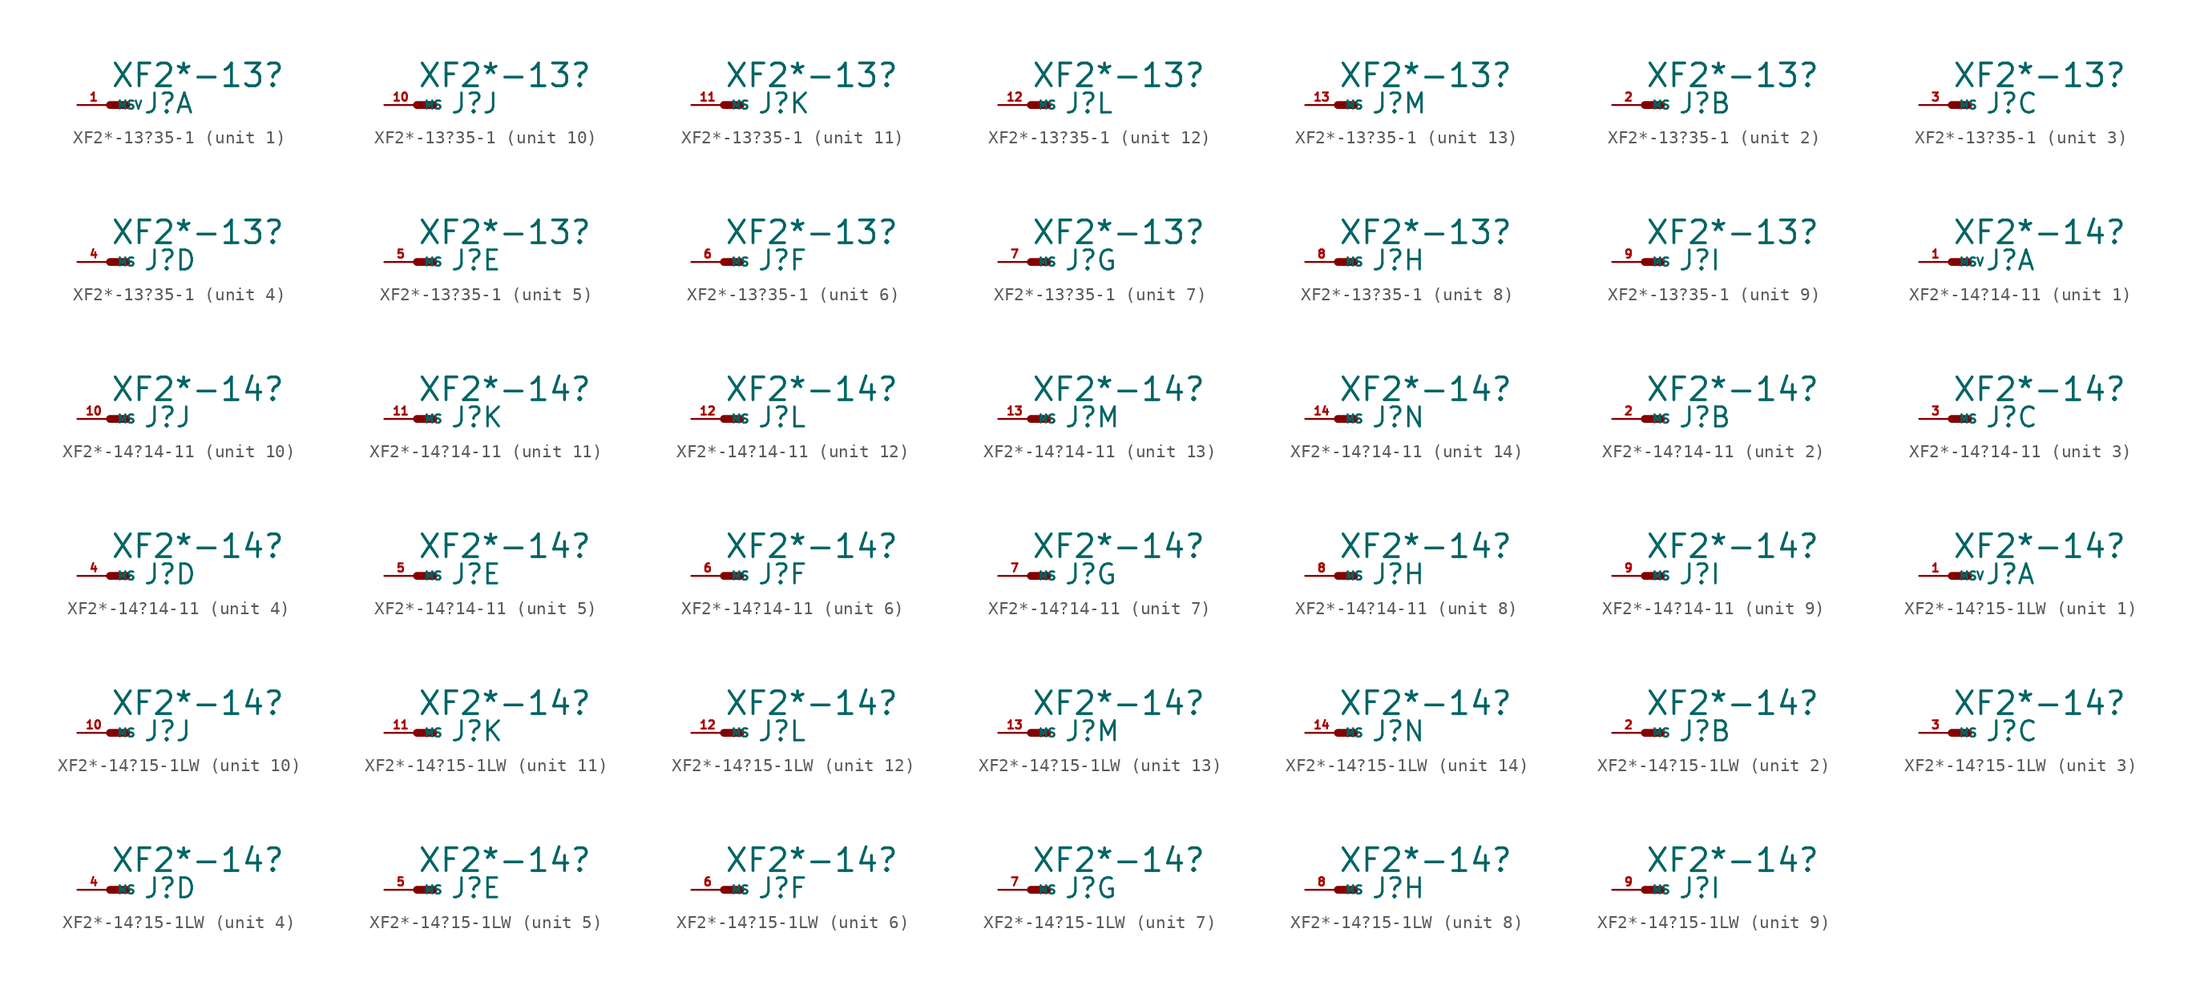
<source format=kicad_sym>
(kicad_symbol_lib
  (version 20220914)
  (generator Eagle2Kicad)
  (symbol "XF2*-13?35-1"
    (property "Reference" "J"
      (at 2.54 -0.762 0)
      (effects (font (size 1.524 1.524) (thickness 0.19)) (justify left bottom)))
    (property "Value" "XF2*-13?"
      (at 0 1.27 0)
      (effects (font (size 1.778 1.778) (thickness 0.22)) (justify left bottom)))
    (symbol "XF2*-13?35-1_1_0"
      (polyline (pts (xy 0 0) (xy 1.27 0)) (stroke (width 0.61) (type default)) (fill (type none)))
      (pin passive line (at -2.54 0 0) (length 2.54) (name "MSV" (effects (font (size 0.635 0.635) (thickness 0.08)) (justify left bottom))) (number "1" (effects (font (size 0.635 0.635) (thickness 0.08)) (justify left bottom)))))
    (symbol "XF2*-13?35-1_2_0"
      (polyline (pts (xy 0 0) (xy 1.27 0)) (stroke (width 0.61) (type default)) (fill (type none)))
      (pin passive line (at -2.54 0 0) (length 2.54) (name "MS" (effects (font (size 0.635 0.635) (thickness 0.08)) (justify left bottom))) (number "2" (effects (font (size 0.635 0.635) (thickness 0.08)) (justify left bottom)))))
    (symbol "XF2*-13?35-1_3_0"
      (polyline (pts (xy 0 0) (xy 1.27 0)) (stroke (width 0.61) (type default)) (fill (type none)))
      (pin passive line (at -2.54 0 0) (length 2.54) (name "MS" (effects (font (size 0.635 0.635) (thickness 0.08)) (justify left bottom))) (number "3" (effects (font (size 0.635 0.635) (thickness 0.08)) (justify left bottom)))))
    (symbol "XF2*-13?35-1_4_0"
      (polyline (pts (xy 0 0) (xy 1.27 0)) (stroke (width 0.61) (type default)) (fill (type none)))
      (pin passive line (at -2.54 0 0) (length 2.54) (name "MS" (effects (font (size 0.635 0.635) (thickness 0.08)) (justify left bottom))) (number "4" (effects (font (size 0.635 0.635) (thickness 0.08)) (justify left bottom)))))
    (symbol "XF2*-13?35-1_5_0"
      (polyline (pts (xy 0 0) (xy 1.27 0)) (stroke (width 0.61) (type default)) (fill (type none)))
      (pin passive line (at -2.54 0 0) (length 2.54) (name "MS" (effects (font (size 0.635 0.635) (thickness 0.08)) (justify left bottom))) (number "5" (effects (font (size 0.635 0.635) (thickness 0.08)) (justify left bottom)))))
    (symbol "XF2*-13?35-1_6_0"
      (polyline (pts (xy 0 0) (xy 1.27 0)) (stroke (width 0.61) (type default)) (fill (type none)))
      (pin passive line (at -2.54 0 0) (length 2.54) (name "MS" (effects (font (size 0.635 0.635) (thickness 0.08)) (justify left bottom))) (number "6" (effects (font (size 0.635 0.635) (thickness 0.08)) (justify left bottom)))))
    (symbol "XF2*-13?35-1_7_0"
      (polyline (pts (xy 0 0) (xy 1.27 0)) (stroke (width 0.61) (type default)) (fill (type none)))
      (pin passive line (at -2.54 0 0) (length 2.54) (name "MS" (effects (font (size 0.635 0.635) (thickness 0.08)) (justify left bottom))) (number "7" (effects (font (size 0.635 0.635) (thickness 0.08)) (justify left bottom)))))
    (symbol "XF2*-13?35-1_8_0"
      (polyline (pts (xy 0 0) (xy 1.27 0)) (stroke (width 0.61) (type default)) (fill (type none)))
      (pin passive line (at -2.54 0 0) (length 2.54) (name "MS" (effects (font (size 0.635 0.635) (thickness 0.08)) (justify left bottom))) (number "8" (effects (font (size 0.635 0.635) (thickness 0.08)) (justify left bottom)))))
    (symbol "XF2*-13?35-1_9_0"
      (polyline (pts (xy 0 0) (xy 1.27 0)) (stroke (width 0.61) (type default)) (fill (type none)))
      (pin passive line (at -2.54 0 0) (length 2.54) (name "MS" (effects (font (size 0.635 0.635) (thickness 0.08)) (justify left bottom))) (number "9" (effects (font (size 0.635 0.635) (thickness 0.08)) (justify left bottom)))))
    (symbol "XF2*-13?35-1_10_0"
      (polyline (pts (xy 0 0) (xy 1.27 0)) (stroke (width 0.61) (type default)) (fill (type none)))
      (pin passive line (at -2.54 0 0) (length 2.54) (name "MS" (effects (font (size 0.635 0.635) (thickness 0.08)) (justify left bottom))) (number "10" (effects (font (size 0.635 0.635) (thickness 0.08)) (justify left bottom)))))
    (symbol "XF2*-13?35-1_11_0"
      (polyline (pts (xy 0 0) (xy 1.27 0)) (stroke (width 0.61) (type default)) (fill (type none)))
      (pin passive line (at -2.54 0 0) (length 2.54) (name "MS" (effects (font (size 0.635 0.635) (thickness 0.08)) (justify left bottom))) (number "11" (effects (font (size 0.635 0.635) (thickness 0.08)) (justify left bottom)))))
    (symbol "XF2*-13?35-1_12_0"
      (polyline (pts (xy 0 0) (xy 1.27 0)) (stroke (width 0.61) (type default)) (fill (type none)))
      (pin passive line (at -2.54 0 0) (length 2.54) (name "MS" (effects (font (size 0.635 0.635) (thickness 0.08)) (justify left bottom))) (number "12" (effects (font (size 0.635 0.635) (thickness 0.08)) (justify left bottom)))))
    (symbol "XF2*-13?35-1_13_0"
      (polyline (pts (xy 0 0) (xy 1.27 0)) (stroke (width 0.61) (type default)) (fill (type none)))
      (pin passive line (at -2.54 0 0) (length 2.54) (name "MS" (effects (font (size 0.635 0.635) (thickness 0.08)) (justify left bottom))) (number "13" (effects (font (size 0.635 0.635) (thickness 0.08)) (justify left bottom))))))
  (symbol "XF2*-14?14-11"
    (property "Reference" "J"
      (at 2.54 -0.762 0)
      (effects (font (size 1.524 1.524) (thickness 0.19)) (justify left bottom)))
    (property "Value" "XF2*-14?"
      (at 0 1.27 0)
      (effects (font (size 1.778 1.778) (thickness 0.22)) (justify left bottom)))
    (symbol "XF2*-14?14-11_1_0"
      (polyline (pts (xy 0 0) (xy 1.27 0)) (stroke (width 0.61) (type default)) (fill (type none)))
      (pin passive line (at -2.54 0 0) (length 2.54) (name "MSV" (effects (font (size 0.635 0.635) (thickness 0.08)) (justify left bottom))) (number "1" (effects (font (size 0.635 0.635) (thickness 0.08)) (justify left bottom)))))
    (symbol "XF2*-14?14-11_2_0"
      (polyline (pts (xy 0 0) (xy 1.27 0)) (stroke (width 0.61) (type default)) (fill (type none)))
      (pin passive line (at -2.54 0 0) (length 2.54) (name "MS" (effects (font (size 0.635 0.635) (thickness 0.08)) (justify left bottom))) (number "2" (effects (font (size 0.635 0.635) (thickness 0.08)) (justify left bottom)))))
    (symbol "XF2*-14?14-11_3_0"
      (polyline (pts (xy 0 0) (xy 1.27 0)) (stroke (width 0.61) (type default)) (fill (type none)))
      (pin passive line (at -2.54 0 0) (length 2.54) (name "MS" (effects (font (size 0.635 0.635) (thickness 0.08)) (justify left bottom))) (number "3" (effects (font (size 0.635 0.635) (thickness 0.08)) (justify left bottom)))))
    (symbol "XF2*-14?14-11_4_0"
      (polyline (pts (xy 0 0) (xy 1.27 0)) (stroke (width 0.61) (type default)) (fill (type none)))
      (pin passive line (at -2.54 0 0) (length 2.54) (name "MS" (effects (font (size 0.635 0.635) (thickness 0.08)) (justify left bottom))) (number "4" (effects (font (size 0.635 0.635) (thickness 0.08)) (justify left bottom)))))
    (symbol "XF2*-14?14-11_5_0"
      (polyline (pts (xy 0 0) (xy 1.27 0)) (stroke (width 0.61) (type default)) (fill (type none)))
      (pin passive line (at -2.54 0 0) (length 2.54) (name "MS" (effects (font (size 0.635 0.635) (thickness 0.08)) (justify left bottom))) (number "5" (effects (font (size 0.635 0.635) (thickness 0.08)) (justify left bottom)))))
    (symbol "XF2*-14?14-11_6_0"
      (polyline (pts (xy 0 0) (xy 1.27 0)) (stroke (width 0.61) (type default)) (fill (type none)))
      (pin passive line (at -2.54 0 0) (length 2.54) (name "MS" (effects (font (size 0.635 0.635) (thickness 0.08)) (justify left bottom))) (number "6" (effects (font (size 0.635 0.635) (thickness 0.08)) (justify left bottom)))))
    (symbol "XF2*-14?14-11_7_0"
      (polyline (pts (xy 0 0) (xy 1.27 0)) (stroke (width 0.61) (type default)) (fill (type none)))
      (pin passive line (at -2.54 0 0) (length 2.54) (name "MS" (effects (font (size 0.635 0.635) (thickness 0.08)) (justify left bottom))) (number "7" (effects (font (size 0.635 0.635) (thickness 0.08)) (justify left bottom)))))
    (symbol "XF2*-14?14-11_8_0"
      (polyline (pts (xy 0 0) (xy 1.27 0)) (stroke (width 0.61) (type default)) (fill (type none)))
      (pin passive line (at -2.54 0 0) (length 2.54) (name "MS" (effects (font (size 0.635 0.635) (thickness 0.08)) (justify left bottom))) (number "8" (effects (font (size 0.635 0.635) (thickness 0.08)) (justify left bottom)))))
    (symbol "XF2*-14?14-11_9_0"
      (polyline (pts (xy 0 0) (xy 1.27 0)) (stroke (width 0.61) (type default)) (fill (type none)))
      (pin passive line (at -2.54 0 0) (length 2.54) (name "MS" (effects (font (size 0.635 0.635) (thickness 0.08)) (justify left bottom))) (number "9" (effects (font (size 0.635 0.635) (thickness 0.08)) (justify left bottom)))))
    (symbol "XF2*-14?14-11_10_0"
      (polyline (pts (xy 0 0) (xy 1.27 0)) (stroke (width 0.61) (type default)) (fill (type none)))
      (pin passive line (at -2.54 0 0) (length 2.54) (name "MS" (effects (font (size 0.635 0.635) (thickness 0.08)) (justify left bottom))) (number "10" (effects (font (size 0.635 0.635) (thickness 0.08)) (justify left bottom)))))
    (symbol "XF2*-14?14-11_11_0"
      (polyline (pts (xy 0 0) (xy 1.27 0)) (stroke (width 0.61) (type default)) (fill (type none)))
      (pin passive line (at -2.54 0 0) (length 2.54) (name "MS" (effects (font (size 0.635 0.635) (thickness 0.08)) (justify left bottom))) (number "11" (effects (font (size 0.635 0.635) (thickness 0.08)) (justify left bottom)))))
    (symbol "XF2*-14?14-11_12_0"
      (polyline (pts (xy 0 0) (xy 1.27 0)) (stroke (width 0.61) (type default)) (fill (type none)))
      (pin passive line (at -2.54 0 0) (length 2.54) (name "MS" (effects (font (size 0.635 0.635) (thickness 0.08)) (justify left bottom))) (number "12" (effects (font (size 0.635 0.635) (thickness 0.08)) (justify left bottom)))))
    (symbol "XF2*-14?14-11_13_0"
      (polyline (pts (xy 0 0) (xy 1.27 0)) (stroke (width 0.61) (type default)) (fill (type none)))
      (pin passive line (at -2.54 0 0) (length 2.54) (name "MS" (effects (font (size 0.635 0.635) (thickness 0.08)) (justify left bottom))) (number "13" (effects (font (size 0.635 0.635) (thickness 0.08)) (justify left bottom)))))
    (symbol "XF2*-14?14-11_14_0"
      (polyline (pts (xy 0 0) (xy 1.27 0)) (stroke (width 0.61) (type default)) (fill (type none)))
      (pin passive line (at -2.54 0 0) (length 2.54) (name "MS" (effects (font (size 0.635 0.635) (thickness 0.08)) (justify left bottom))) (number "14" (effects (font (size 0.635 0.635) (thickness 0.08)) (justify left bottom))))))
  (symbol "XF2*-14?15-1LW"
    (property "Reference" "J"
      (at 2.54 -0.762 0)
      (effects (font (size 1.524 1.524) (thickness 0.19)) (justify left bottom)))
    (property "Value" "XF2*-14?"
      (at 0 1.27 0)
      (effects (font (size 1.778 1.778) (thickness 0.22)) (justify left bottom)))
    (symbol "XF2*-14?15-1LW_1_0"
      (polyline (pts (xy 0 0) (xy 1.27 0)) (stroke (width 0.61) (type default)) (fill (type none)))
      (pin passive line (at -2.54 0 0) (length 2.54) (name "MSV" (effects (font (size 0.635 0.635) (thickness 0.08)) (justify left bottom))) (number "1" (effects (font (size 0.635 0.635) (thickness 0.08)) (justify left bottom)))))
    (symbol "XF2*-14?15-1LW_2_0"
      (polyline (pts (xy 0 0) (xy 1.27 0)) (stroke (width 0.61) (type default)) (fill (type none)))
      (pin passive line (at -2.54 0 0) (length 2.54) (name "MS" (effects (font (size 0.635 0.635) (thickness 0.08)) (justify left bottom))) (number "2" (effects (font (size 0.635 0.635) (thickness 0.08)) (justify left bottom)))))
    (symbol "XF2*-14?15-1LW_3_0"
      (polyline (pts (xy 0 0) (xy 1.27 0)) (stroke (width 0.61) (type default)) (fill (type none)))
      (pin passive line (at -2.54 0 0) (length 2.54) (name "MS" (effects (font (size 0.635 0.635) (thickness 0.08)) (justify left bottom))) (number "3" (effects (font (size 0.635 0.635) (thickness 0.08)) (justify left bottom)))))
    (symbol "XF2*-14?15-1LW_4_0"
      (polyline (pts (xy 0 0) (xy 1.27 0)) (stroke (width 0.61) (type default)) (fill (type none)))
      (pin passive line (at -2.54 0 0) (length 2.54) (name "MS" (effects (font (size 0.635 0.635) (thickness 0.08)) (justify left bottom))) (number "4" (effects (font (size 0.635 0.635) (thickness 0.08)) (justify left bottom)))))
    (symbol "XF2*-14?15-1LW_5_0"
      (polyline (pts (xy 0 0) (xy 1.27 0)) (stroke (width 0.61) (type default)) (fill (type none)))
      (pin passive line (at -2.54 0 0) (length 2.54) (name "MS" (effects (font (size 0.635 0.635) (thickness 0.08)) (justify left bottom))) (number "5" (effects (font (size 0.635 0.635) (thickness 0.08)) (justify left bottom)))))
    (symbol "XF2*-14?15-1LW_6_0"
      (polyline (pts (xy 0 0) (xy 1.27 0)) (stroke (width 0.61) (type default)) (fill (type none)))
      (pin passive line (at -2.54 0 0) (length 2.54) (name "MS" (effects (font (size 0.635 0.635) (thickness 0.08)) (justify left bottom))) (number "6" (effects (font (size 0.635 0.635) (thickness 0.08)) (justify left bottom)))))
    (symbol "XF2*-14?15-1LW_7_0"
      (polyline (pts (xy 0 0) (xy 1.27 0)) (stroke (width 0.61) (type default)) (fill (type none)))
      (pin passive line (at -2.54 0 0) (length 2.54) (name "MS" (effects (font (size 0.635 0.635) (thickness 0.08)) (justify left bottom))) (number "7" (effects (font (size 0.635 0.635) (thickness 0.08)) (justify left bottom)))))
    (symbol "XF2*-14?15-1LW_8_0"
      (polyline (pts (xy 0 0) (xy 1.27 0)) (stroke (width 0.61) (type default)) (fill (type none)))
      (pin passive line (at -2.54 0 0) (length 2.54) (name "MS" (effects (font (size 0.635 0.635) (thickness 0.08)) (justify left bottom))) (number "8" (effects (font (size 0.635 0.635) (thickness 0.08)) (justify left bottom)))))
    (symbol "XF2*-14?15-1LW_9_0"
      (polyline (pts (xy 0 0) (xy 1.27 0)) (stroke (width 0.61) (type default)) (fill (type none)))
      (pin passive line (at -2.54 0 0) (length 2.54) (name "MS" (effects (font (size 0.635 0.635) (thickness 0.08)) (justify left bottom))) (number "9" (effects (font (size 0.635 0.635) (thickness 0.08)) (justify left bottom)))))
    (symbol "XF2*-14?15-1LW_10_0"
      (polyline (pts (xy 0 0) (xy 1.27 0)) (stroke (width 0.61) (type default)) (fill (type none)))
      (pin passive line (at -2.54 0 0) (length 2.54) (name "MS" (effects (font (size 0.635 0.635) (thickness 0.08)) (justify left bottom))) (number "10" (effects (font (size 0.635 0.635) (thickness 0.08)) (justify left bottom)))))
    (symbol "XF2*-14?15-1LW_11_0"
      (polyline (pts (xy 0 0) (xy 1.27 0)) (stroke (width 0.61) (type default)) (fill (type none)))
      (pin passive line (at -2.54 0 0) (length 2.54) (name "MS" (effects (font (size 0.635 0.635) (thickness 0.08)) (justify left bottom))) (number "11" (effects (font (size 0.635 0.635) (thickness 0.08)) (justify left bottom)))))
    (symbol "XF2*-14?15-1LW_12_0"
      (polyline (pts (xy 0 0) (xy 1.27 0)) (stroke (width 0.61) (type default)) (fill (type none)))
      (pin passive line (at -2.54 0 0) (length 2.54) (name "MS" (effects (font (size 0.635 0.635) (thickness 0.08)) (justify left bottom))) (number "12" (effects (font (size 0.635 0.635) (thickness 0.08)) (justify left bottom)))))
    (symbol "XF2*-14?15-1LW_13_0"
      (polyline (pts (xy 0 0) (xy 1.27 0)) (stroke (width 0.61) (type default)) (fill (type none)))
      (pin passive line (at -2.54 0 0) (length 2.54) (name "MS" (effects (font (size 0.635 0.635) (thickness 0.08)) (justify left bottom))) (number "13" (effects (font (size 0.635 0.635) (thickness 0.08)) (justify left bottom)))))
    (symbol "XF2*-14?15-1LW_14_0"
      (polyline (pts (xy 0 0) (xy 1.27 0)) (stroke (width 0.61) (type default)) (fill (type none)))
      (pin passive line (at -2.54 0 0) (length 2.54) (name "MS" (effects (font (size 0.635 0.635) (thickness 0.08)) (justify left bottom))) (number "14" (effects (font (size 0.635 0.635) (thickness 0.08)) (justify left bottom)))))))
</source>
